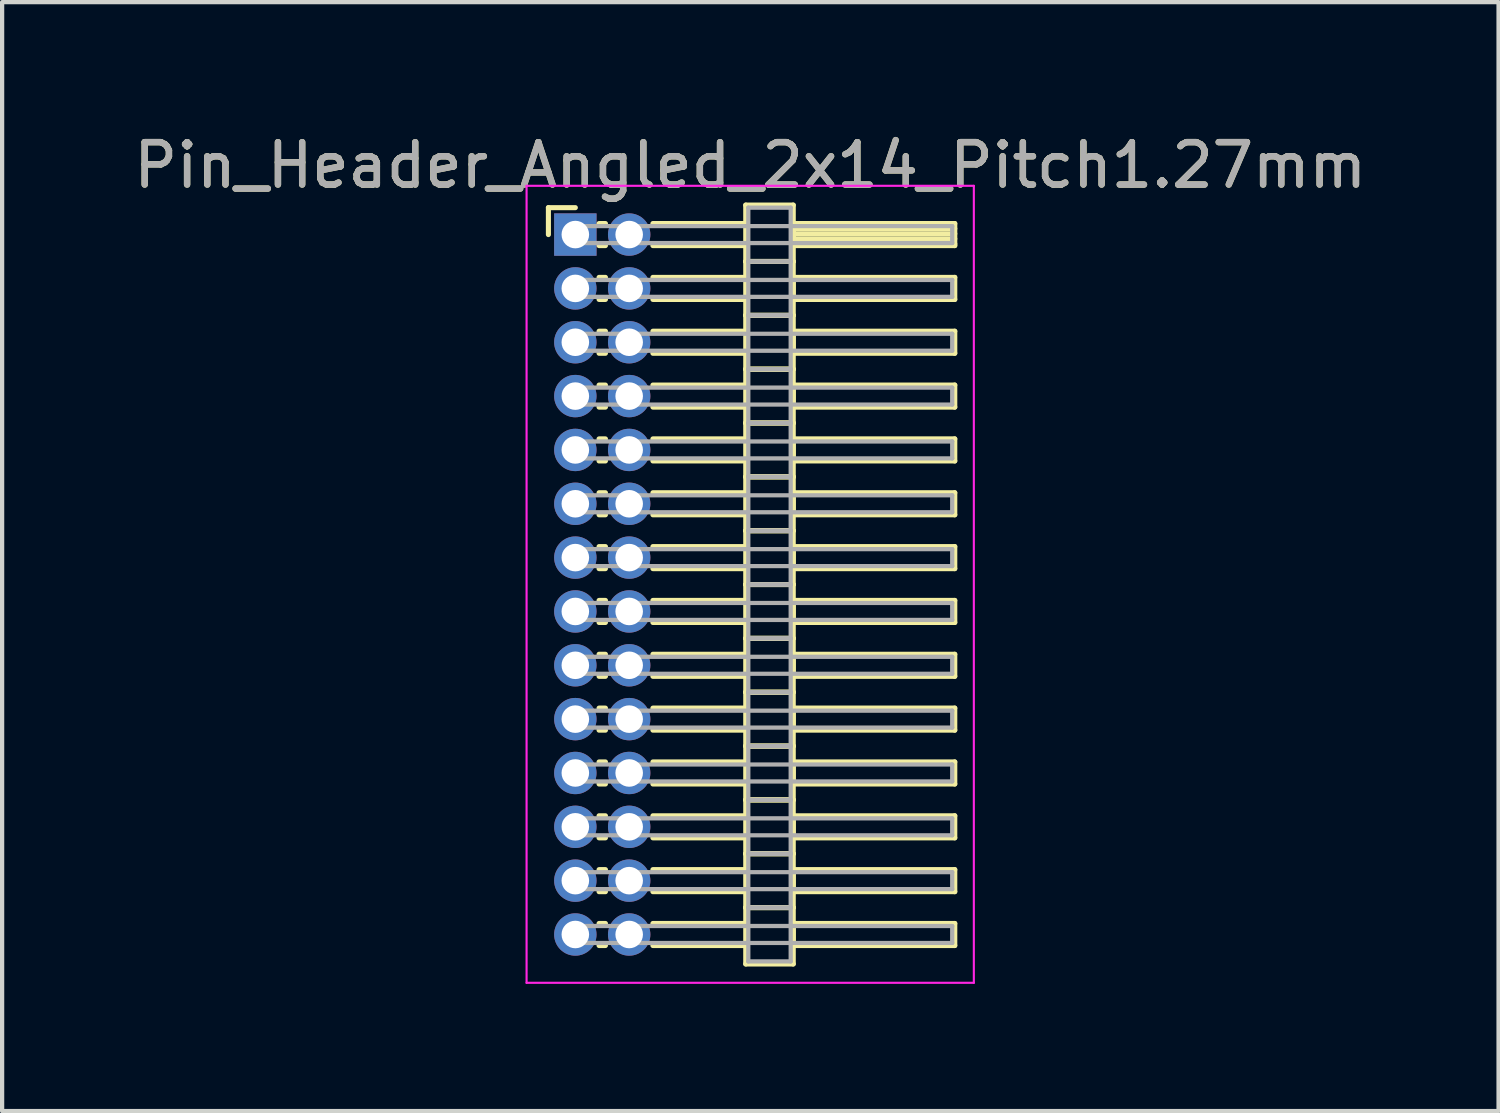
<source format=kicad_pcb>
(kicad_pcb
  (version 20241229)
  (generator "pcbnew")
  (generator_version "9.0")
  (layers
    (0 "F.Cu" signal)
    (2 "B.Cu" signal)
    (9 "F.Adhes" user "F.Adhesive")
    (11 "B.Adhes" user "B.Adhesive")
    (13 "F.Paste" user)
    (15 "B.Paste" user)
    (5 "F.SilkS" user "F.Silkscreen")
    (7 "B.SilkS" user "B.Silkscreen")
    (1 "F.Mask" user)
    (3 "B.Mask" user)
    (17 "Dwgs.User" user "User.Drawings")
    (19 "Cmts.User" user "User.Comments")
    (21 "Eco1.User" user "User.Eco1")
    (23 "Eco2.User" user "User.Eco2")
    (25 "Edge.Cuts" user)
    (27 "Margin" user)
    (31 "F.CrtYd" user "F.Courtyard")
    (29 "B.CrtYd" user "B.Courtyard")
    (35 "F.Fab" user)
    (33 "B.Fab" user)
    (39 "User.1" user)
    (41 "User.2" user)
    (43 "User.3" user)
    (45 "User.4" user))
  (footprint "Pin_Header_Angled_2x14_Pitch1.27mm"
    (layer "F.Cu")
    (at 10.521 2.483)
    (property "Reference" "Pin_Header_Angled_2x14_Pitch1.27mm" (at 4.128 -1.635 0) (layer "F.SilkS") (effects (font (size 1 1) (thickness 0.15))))
    (attr through_hole)
    (fp_line (start -0.635 -0.635) (end 0 -0.635) (stroke (width 0.12) (type solid)) (layer "F.SilkS"))
    (fp_line (start -0.635 0) (end -0.635 -0.635) (stroke (width 0.12) (type solid)) (layer "F.SilkS"))
    (fp_line (start 0.56 -0.26) (end 0.71 -0.26) (stroke (width 0.12) (type solid)) (layer "F.SilkS"))
    (fp_line (start 0.56 0.26) (end 0.71 0.26) (stroke (width 0.12) (type solid)) (layer "F.SilkS"))
    (fp_line (start 0.56 1.01) (end 0.71 1.01) (stroke (width 0.12) (type solid)) (layer "F.SilkS"))
    (fp_line (start 0.56 1.53) (end 0.71 1.53) (stroke (width 0.12) (type solid)) (layer "F.SilkS"))
    (fp_line (start 0.56 2.28) (end 0.71 2.28) (stroke (width 0.12) (type solid)) (layer "F.SilkS"))
    (fp_line (start 0.56 2.8) (end 0.71 2.8) (stroke (width 0.12) (type solid)) (layer "F.SilkS"))
    (fp_line (start 0.56 3.55) (end 0.71 3.55) (stroke (width 0.12) (type solid)) (layer "F.SilkS"))
    (fp_line (start 0.56 4.07) (end 0.71 4.07) (stroke (width 0.12) (type solid)) (layer "F.SilkS"))
    (fp_line (start 0.56 4.82) (end 0.71 4.82) (stroke (width 0.12) (type solid)) (layer "F.SilkS"))
    (fp_line (start 0.56 5.34) (end 0.71 5.34) (stroke (width 0.12) (type solid)) (layer "F.SilkS"))
    (fp_line (start 0.56 6.09) (end 0.71 6.09) (stroke (width 0.12) (type solid)) (layer "F.SilkS"))
    (fp_line (start 0.56 6.61) (end 0.71 6.61) (stroke (width 0.12) (type solid)) (layer "F.SilkS"))
    (fp_line (start 0.56 7.36) (end 0.71 7.36) (stroke (width 0.12) (type solid)) (layer "F.SilkS"))
    (fp_line (start 0.56 7.88) (end 0.71 7.88) (stroke (width 0.12) (type solid)) (layer "F.SilkS"))
    (fp_line (start 0.56 8.63) (end 0.71 8.63) (stroke (width 0.12) (type solid)) (layer "F.SilkS"))
    (fp_line (start 0.56 9.15) (end 0.71 9.15) (stroke (width 0.12) (type solid)) (layer "F.SilkS"))
    (fp_line (start 0.56 9.9) (end 0.71 9.9) (stroke (width 0.12) (type solid)) (layer "F.SilkS"))
    (fp_line (start 0.56 10.42) (end 0.71 10.42) (stroke (width 0.12) (type solid)) (layer "F.SilkS"))
    (fp_line (start 0.56 11.17) (end 0.71 11.17) (stroke (width 0.12) (type solid)) (layer "F.SilkS"))
    (fp_line (start 0.56 11.69) (end 0.71 11.69) (stroke (width 0.12) (type solid)) (layer "F.SilkS"))
    (fp_line (start 0.56 12.44) (end 0.71 12.44) (stroke (width 0.12) (type solid)) (layer "F.SilkS"))
    (fp_line (start 0.56 12.96) (end 0.71 12.96) (stroke (width 0.12) (type solid)) (layer "F.SilkS"))
    (fp_line (start 0.56 13.71) (end 0.71 13.71) (stroke (width 0.12) (type solid)) (layer "F.SilkS"))
    (fp_line (start 0.56 14.23) (end 0.71 14.23) (stroke (width 0.12) (type solid)) (layer "F.SilkS"))
    (fp_line (start 0.56 14.98) (end 0.71 14.98) (stroke (width 0.12) (type solid)) (layer "F.SilkS"))
    (fp_line (start 0.56 15.5) (end 0.71 15.5) (stroke (width 0.12) (type solid)) (layer "F.SilkS"))
    (fp_line (start 0.56 16.25) (end 0.71 16.25) (stroke (width 0.12) (type solid)) (layer "F.SilkS"))
    (fp_line (start 0.56 16.77) (end 0.71 16.77) (stroke (width 0.12) (type solid)) (layer "F.SilkS"))
    (fp_line (start 1.83 -0.26) (end 4.02 -0.26) (stroke (width 0.12) (type solid)) (layer "F.SilkS"))
    (fp_line (start 1.83 0.26) (end 4.02 0.26) (stroke (width 0.12) (type solid)) (layer "F.SilkS"))
    (fp_line (start 1.83 1.01) (end 4.02 1.01) (stroke (width 0.12) (type solid)) (layer "F.SilkS"))
    (fp_line (start 1.83 1.53) (end 4.02 1.53) (stroke (width 0.12) (type solid)) (layer "F.SilkS"))
    (fp_line (start 1.83 2.28) (end 4.02 2.28) (stroke (width 0.12) (type solid)) (layer "F.SilkS"))
    (fp_line (start 1.83 2.8) (end 4.02 2.8) (stroke (width 0.12) (type solid)) (layer "F.SilkS"))
    (fp_line (start 1.83 3.55) (end 4.02 3.55) (stroke (width 0.12) (type solid)) (layer "F.SilkS"))
    (fp_line (start 1.83 4.07) (end 4.02 4.07) (stroke (width 0.12) (type solid)) (layer "F.SilkS"))
    (fp_line (start 1.83 4.82) (end 4.02 4.82) (stroke (width 0.12) (type solid)) (layer "F.SilkS"))
    (fp_line (start 1.83 5.34) (end 4.02 5.34) (stroke (width 0.12) (type solid)) (layer "F.SilkS"))
    (fp_line (start 1.83 6.09) (end 4.02 6.09) (stroke (width 0.12) (type solid)) (layer "F.SilkS"))
    (fp_line (start 1.83 6.61) (end 4.02 6.61) (stroke (width 0.12) (type solid)) (layer "F.SilkS"))
    (fp_line (start 1.83 7.36) (end 4.02 7.36) (stroke (width 0.12) (type solid)) (layer "F.SilkS"))
    (fp_line (start 1.83 7.88) (end 4.02 7.88) (stroke (width 0.12) (type solid)) (layer "F.SilkS"))
    (fp_line (start 1.83 8.63) (end 4.02 8.63) (stroke (width 0.12) (type solid)) (layer "F.SilkS"))
    (fp_line (start 1.83 9.15) (end 4.02 9.15) (stroke (width 0.12) (type solid)) (layer "F.SilkS"))
    (fp_line (start 1.83 9.9) (end 4.02 9.9) (stroke (width 0.12) (type solid)) (layer "F.SilkS"))
    (fp_line (start 1.83 10.42) (end 4.02 10.42) (stroke (width 0.12) (type solid)) (layer "F.SilkS"))
    (fp_line (start 1.83 11.17) (end 4.02 11.17) (stroke (width 0.12) (type solid)) (layer "F.SilkS"))
    (fp_line (start 1.83 11.69) (end 4.02 11.69) (stroke (width 0.12) (type solid)) (layer "F.SilkS"))
    (fp_line (start 1.83 12.44) (end 4.02 12.44) (stroke (width 0.12) (type solid)) (layer "F.SilkS"))
    (fp_line (start 1.83 12.96) (end 4.02 12.96) (stroke (width 0.12) (type solid)) (layer "F.SilkS"))
    (fp_line (start 1.83 13.71) (end 4.02 13.71) (stroke (width 0.12) (type solid)) (layer "F.SilkS"))
    (fp_line (start 1.83 14.23) (end 4.02 14.23) (stroke (width 0.12) (type solid)) (layer "F.SilkS"))
    (fp_line (start 1.83 14.98) (end 4.02 14.98) (stroke (width 0.12) (type solid)) (layer "F.SilkS"))
    (fp_line (start 1.83 15.5) (end 4.02 15.5) (stroke (width 0.12) (type solid)) (layer "F.SilkS"))
    (fp_line (start 1.83 16.25) (end 4.02 16.25) (stroke (width 0.12) (type solid)) (layer "F.SilkS"))
    (fp_line (start 1.83 16.77) (end 4.02 16.77) (stroke (width 0.12) (type solid)) (layer "F.SilkS"))
    (fp_line (start 4.02 -0.695) (end 4.02 0.635) (stroke (width 0.12) (type solid)) (layer "F.SilkS"))
    (fp_line (start 4.02 0.635) (end 4.02 1.905) (stroke (width 0.12) (type solid)) (layer "F.SilkS"))
    (fp_line (start 4.02 0.635) (end 5.14 0.635) (stroke (width 0.12) (type solid)) (layer "F.SilkS"))
    (fp_line (start 4.02 1.905) (end 4.02 3.175) (stroke (width 0.12) (type solid)) (layer "F.SilkS"))
    (fp_line (start 4.02 1.905) (end 5.14 1.905) (stroke (width 0.12) (type solid)) (layer "F.SilkS"))
    (fp_line (start 4.02 3.175) (end 4.02 4.445) (stroke (width 0.12) (type solid)) (layer "F.SilkS"))
    (fp_line (start 4.02 3.175) (end 5.14 3.175) (stroke (width 0.12) (type solid)) (layer "F.SilkS"))
    (fp_line (start 4.02 4.445) (end 4.02 5.715) (stroke (width 0.12) (type solid)) (layer "F.SilkS"))
    (fp_line (start 4.02 4.445) (end 5.14 4.445) (stroke (width 0.12) (type solid)) (layer "F.SilkS"))
    (fp_line (start 4.02 5.715) (end 4.02 6.985) (stroke (width 0.12) (type solid)) (layer "F.SilkS"))
    (fp_line (start 4.02 5.715) (end 5.14 5.715) (stroke (width 0.12) (type solid)) (layer "F.SilkS"))
    (fp_line (start 4.02 6.985) (end 4.02 8.255) (stroke (width 0.12) (type solid)) (layer "F.SilkS"))
    (fp_line (start 4.02 6.985) (end 5.14 6.985) (stroke (width 0.12) (type solid)) (layer "F.SilkS"))
    (fp_line (start 4.02 8.255) (end 4.02 9.525) (stroke (width 0.12) (type solid)) (layer "F.SilkS"))
    (fp_line (start 4.02 8.255) (end 5.14 8.255) (stroke (width 0.12) (type solid)) (layer "F.SilkS"))
    (fp_line (start 4.02 9.525) (end 4.02 10.795) (stroke (width 0.12) (type solid)) (layer "F.SilkS"))
    (fp_line (start 4.02 9.525) (end 5.14 9.525) (stroke (width 0.12) (type solid)) (layer "F.SilkS"))
    (fp_line (start 4.02 10.795) (end 4.02 12.065) (stroke (width 0.12) (type solid)) (layer "F.SilkS"))
    (fp_line (start 4.02 10.795) (end 5.14 10.795) (stroke (width 0.12) (type solid)) (layer "F.SilkS"))
    (fp_line (start 4.02 12.065) (end 4.02 13.335) (stroke (width 0.12) (type solid)) (layer "F.SilkS"))
    (fp_line (start 4.02 12.065) (end 5.14 12.065) (stroke (width 0.12) (type solid)) (layer "F.SilkS"))
    (fp_line (start 4.02 13.335) (end 4.02 14.605) (stroke (width 0.12) (type solid)) (layer "F.SilkS"))
    (fp_line (start 4.02 13.335) (end 5.14 13.335) (stroke (width 0.12) (type solid)) (layer "F.SilkS"))
    (fp_line (start 4.02 14.605) (end 4.02 15.875) (stroke (width 0.12) (type solid)) (layer "F.SilkS"))
    (fp_line (start 4.02 14.605) (end 5.14 14.605) (stroke (width 0.12) (type solid)) (layer "F.SilkS"))
    (fp_line (start 4.02 15.875) (end 4.02 17.205) (stroke (width 0.12) (type solid)) (layer "F.SilkS"))
    (fp_line (start 4.02 15.875) (end 5.14 15.875) (stroke (width 0.12) (type solid)) (layer "F.SilkS"))
    (fp_line (start 4.02 17.205) (end 5.14 17.205) (stroke (width 0.12) (type solid)) (layer "F.SilkS"))
    (fp_line (start 5.14 -0.695) (end 4.02 -0.695) (stroke (width 0.12) (type solid)) (layer "F.SilkS"))
    (fp_line (start 5.14 -0.26) (end 5.14 0.26) (stroke (width 0.12) (type solid)) (layer "F.SilkS"))
    (fp_line (start 5.14 -0.14) (end 8.95 -0.14) (stroke (width 0.12) (type solid)) (layer "F.SilkS"))
    (fp_line (start 5.14 -0.02) (end 8.95 -0.02) (stroke (width 0.12) (type solid)) (layer "F.SilkS"))
    (fp_line (start 5.14 0.1) (end 8.95 0.1) (stroke (width 0.12) (type solid)) (layer "F.SilkS"))
    (fp_line (start 5.14 0.22) (end 8.95 0.22) (stroke (width 0.12) (type solid)) (layer "F.SilkS"))
    (fp_line (start 5.14 0.26) (end 8.95 0.26) (stroke (width 0.12) (type solid)) (layer "F.SilkS"))
    (fp_line (start 5.14 0.635) (end 4.02 0.635) (stroke (width 0.12) (type solid)) (layer "F.SilkS"))
    (fp_line (start 5.14 0.635) (end 5.14 -0.695) (stroke (width 0.12) (type solid)) (layer "F.SilkS"))
    (fp_line (start 5.14 1.01) (end 5.14 1.53) (stroke (width 0.12) (type solid)) (layer "F.SilkS"))
    (fp_line (start 5.14 1.53) (end 8.95 1.53) (stroke (width 0.12) (type solid)) (layer "F.SilkS"))
    (fp_line (start 5.14 1.905) (end 4.02 1.905) (stroke (width 0.12) (type solid)) (layer "F.SilkS"))
    (fp_line (start 5.14 1.905) (end 5.14 0.635) (stroke (width 0.12) (type solid)) (layer "F.SilkS"))
    (fp_line (start 5.14 2.28) (end 5.14 2.8) (stroke (width 0.12) (type solid)) (layer "F.SilkS"))
    (fp_line (start 5.14 2.8) (end 8.95 2.8) (stroke (width 0.12) (type solid)) (layer "F.SilkS"))
    (fp_line (start 5.14 3.175) (end 4.02 3.175) (stroke (width 0.12) (type solid)) (layer "F.SilkS"))
    (fp_line (start 5.14 3.175) (end 5.14 1.905) (stroke (width 0.12) (type solid)) (layer "F.SilkS"))
    (fp_line (start 5.14 3.55) (end 5.14 4.07) (stroke (width 0.12) (type solid)) (layer "F.SilkS"))
    (fp_line (start 5.14 4.07) (end 8.95 4.07) (stroke (width 0.12) (type solid)) (layer "F.SilkS"))
    (fp_line (start 5.14 4.445) (end 4.02 4.445) (stroke (width 0.12) (type solid)) (layer "F.SilkS"))
    (fp_line (start 5.14 4.445) (end 5.14 3.175) (stroke (width 0.12) (type solid)) (layer "F.SilkS"))
    (fp_line (start 5.14 4.82) (end 5.14 5.34) (stroke (width 0.12) (type solid)) (layer "F.SilkS"))
    (fp_line (start 5.14 5.34) (end 8.95 5.34) (stroke (width 0.12) (type solid)) (layer "F.SilkS"))
    (fp_line (start 5.14 5.715) (end 4.02 5.715) (stroke (width 0.12) (type solid)) (layer "F.SilkS"))
    (fp_line (start 5.14 5.715) (end 5.14 4.445) (stroke (width 0.12) (type solid)) (layer "F.SilkS"))
    (fp_line (start 5.14 6.09) (end 5.14 6.61) (stroke (width 0.12) (type solid)) (layer "F.SilkS"))
    (fp_line (start 5.14 6.61) (end 8.95 6.61) (stroke (width 0.12) (type solid)) (layer "F.SilkS"))
    (fp_line (start 5.14 6.985) (end 4.02 6.985) (stroke (width 0.12) (type solid)) (layer "F.SilkS"))
    (fp_line (start 5.14 6.985) (end 5.14 5.715) (stroke (width 0.12) (type solid)) (layer "F.SilkS"))
    (fp_line (start 5.14 7.36) (end 5.14 7.88) (stroke (width 0.12) (type solid)) (layer "F.SilkS"))
    (fp_line (start 5.14 7.88) (end 8.95 7.88) (stroke (width 0.12) (type solid)) (layer "F.SilkS"))
    (fp_line (start 5.14 8.255) (end 4.02 8.255) (stroke (width 0.12) (type solid)) (layer "F.SilkS"))
    (fp_line (start 5.14 8.255) (end 5.14 6.985) (stroke (width 0.12) (type solid)) (layer "F.SilkS"))
    (fp_line (start 5.14 8.63) (end 5.14 9.15) (stroke (width 0.12) (type solid)) (layer "F.SilkS"))
    (fp_line (start 5.14 9.15) (end 8.95 9.15) (stroke (width 0.12) (type solid)) (layer "F.SilkS"))
    (fp_line (start 5.14 9.525) (end 4.02 9.525) (stroke (width 0.12) (type solid)) (layer "F.SilkS"))
    (fp_line (start 5.14 9.525) (end 5.14 8.255) (stroke (width 0.12) (type solid)) (layer "F.SilkS"))
    (fp_line (start 5.14 9.9) (end 5.14 10.42) (stroke (width 0.12) (type solid)) (layer "F.SilkS"))
    (fp_line (start 5.14 10.42) (end 8.95 10.42) (stroke (width 0.12) (type solid)) (layer "F.SilkS"))
    (fp_line (start 5.14 10.795) (end 4.02 10.795) (stroke (width 0.12) (type solid)) (layer "F.SilkS"))
    (fp_line (start 5.14 10.795) (end 5.14 9.525) (stroke (width 0.12) (type solid)) (layer "F.SilkS"))
    (fp_line (start 5.14 11.17) (end 5.14 11.69) (stroke (width 0.12) (type solid)) (layer "F.SilkS"))
    (fp_line (start 5.14 11.69) (end 8.95 11.69) (stroke (width 0.12) (type solid)) (layer "F.SilkS"))
    (fp_line (start 5.14 12.065) (end 4.02 12.065) (stroke (width 0.12) (type solid)) (layer "F.SilkS"))
    (fp_line (start 5.14 12.065) (end 5.14 10.795) (stroke (width 0.12) (type solid)) (layer "F.SilkS"))
    (fp_line (start 5.14 12.44) (end 5.14 12.96) (stroke (width 0.12) (type solid)) (layer "F.SilkS"))
    (fp_line (start 5.14 12.96) (end 8.95 12.96) (stroke (width 0.12) (type solid)) (layer "F.SilkS"))
    (fp_line (start 5.14 13.335) (end 4.02 13.335) (stroke (width 0.12) (type solid)) (layer "F.SilkS"))
    (fp_line (start 5.14 13.335) (end 5.14 12.065) (stroke (width 0.12) (type solid)) (layer "F.SilkS"))
    (fp_line (start 5.14 13.71) (end 5.14 14.23) (stroke (width 0.12) (type solid)) (layer "F.SilkS"))
    (fp_line (start 5.14 14.23) (end 8.95 14.23) (stroke (width 0.12) (type solid)) (layer "F.SilkS"))
    (fp_line (start 5.14 14.605) (end 4.02 14.605) (stroke (width 0.12) (type solid)) (layer "F.SilkS"))
    (fp_line (start 5.14 14.605) (end 5.14 13.335) (stroke (width 0.12) (type solid)) (layer "F.SilkS"))
    (fp_line (start 5.14 14.98) (end 5.14 15.5) (stroke (width 0.12) (type solid)) (layer "F.SilkS"))
    (fp_line (start 5.14 15.5) (end 8.95 15.5) (stroke (width 0.12) (type solid)) (layer "F.SilkS"))
    (fp_line (start 5.14 15.875) (end 4.02 15.875) (stroke (width 0.12) (type solid)) (layer "F.SilkS"))
    (fp_line (start 5.14 15.875) (end 5.14 14.605) (stroke (width 0.12) (type solid)) (layer "F.SilkS"))
    (fp_line (start 5.14 16.25) (end 5.14 16.77) (stroke (width 0.12) (type solid)) (layer "F.SilkS"))
    (fp_line (start 5.14 16.77) (end 8.95 16.77) (stroke (width 0.12) (type solid)) (layer "F.SilkS"))
    (fp_line (start 5.14 17.205) (end 5.14 15.875) (stroke (width 0.12) (type solid)) (layer "F.SilkS"))
    (fp_line (start 8.95 -0.26) (end 5.14 -0.26) (stroke (width 0.12) (type solid)) (layer "F.SilkS"))
    (fp_line (start 8.95 0.26) (end 8.95 -0.26) (stroke (width 0.12) (type solid)) (layer "F.SilkS"))
    (fp_line (start 8.95 1.01) (end 5.14 1.01) (stroke (width 0.12) (type solid)) (layer "F.SilkS"))
    (fp_line (start 8.95 1.53) (end 8.95 1.01) (stroke (width 0.12) (type solid)) (layer "F.SilkS"))
    (fp_line (start 8.95 2.28) (end 5.14 2.28) (stroke (width 0.12) (type solid)) (layer "F.SilkS"))
    (fp_line (start 8.95 2.8) (end 8.95 2.28) (stroke (width 0.12) (type solid)) (layer "F.SilkS"))
    (fp_line (start 8.95 3.55) (end 5.14 3.55) (stroke (width 0.12) (type solid)) (layer "F.SilkS"))
    (fp_line (start 8.95 4.07) (end 8.95 3.55) (stroke (width 0.12) (type solid)) (layer "F.SilkS"))
    (fp_line (start 8.95 4.82) (end 5.14 4.82) (stroke (width 0.12) (type solid)) (layer "F.SilkS"))
    (fp_line (start 8.95 5.34) (end 8.95 4.82) (stroke (width 0.12) (type solid)) (layer "F.SilkS"))
    (fp_line (start 8.95 6.09) (end 5.14 6.09) (stroke (width 0.12) (type solid)) (layer "F.SilkS"))
    (fp_line (start 8.95 6.61) (end 8.95 6.09) (stroke (width 0.12) (type solid)) (layer "F.SilkS"))
    (fp_line (start 8.95 7.36) (end 5.14 7.36) (stroke (width 0.12) (type solid)) (layer "F.SilkS"))
    (fp_line (start 8.95 7.88) (end 8.95 7.36) (stroke (width 0.12) (type solid)) (layer "F.SilkS"))
    (fp_line (start 8.95 8.63) (end 5.14 8.63) (stroke (width 0.12) (type solid)) (layer "F.SilkS"))
    (fp_line (start 8.95 9.15) (end 8.95 8.63) (stroke (width 0.12) (type solid)) (layer "F.SilkS"))
    (fp_line (start 8.95 9.9) (end 5.14 9.9) (stroke (width 0.12) (type solid)) (layer "F.SilkS"))
    (fp_line (start 8.95 10.42) (end 8.95 9.9) (stroke (width 0.12) (type solid)) (layer "F.SilkS"))
    (fp_line (start 8.95 11.17) (end 5.14 11.17) (stroke (width 0.12) (type solid)) (layer "F.SilkS"))
    (fp_line (start 8.95 11.69) (end 8.95 11.17) (stroke (width 0.12) (type solid)) (layer "F.SilkS"))
    (fp_line (start 8.95 12.44) (end 5.14 12.44) (stroke (width 0.12) (type solid)) (layer "F.SilkS"))
    (fp_line (start 8.95 12.96) (end 8.95 12.44) (stroke (width 0.12) (type solid)) (layer "F.SilkS"))
    (fp_line (start 8.95 13.71) (end 5.14 13.71) (stroke (width 0.12) (type solid)) (layer "F.SilkS"))
    (fp_line (start 8.95 14.23) (end 8.95 13.71) (stroke (width 0.12) (type solid)) (layer "F.SilkS"))
    (fp_line (start 8.95 14.98) (end 5.14 14.98) (stroke (width 0.12) (type solid)) (layer "F.SilkS"))
    (fp_line (start 8.95 15.5) (end 8.95 14.98) (stroke (width 0.12) (type solid)) (layer "F.SilkS"))
    (fp_line (start 8.95 16.25) (end 5.14 16.25) (stroke (width 0.12) (type solid)) (layer "F.SilkS"))
    (fp_line (start 8.95 16.77) (end 8.95 16.25) (stroke (width 0.12) (type solid)) (layer "F.SilkS"))
    (fp_line (start -1.15 -1.15) (end -1.15 17.65) (stroke (width 0.05) (type solid)) (layer "F.CrtYd"))
    (fp_line (start -1.15 17.65) (end 9.4 17.65) (stroke (width 0.05) (type solid)) (layer "F.CrtYd"))
    (fp_line (start 9.4 -1.15) (end -1.15 -1.15) (stroke (width 0.05) (type solid)) (layer "F.CrtYd"))
    (fp_line (start 9.4 17.65) (end 9.4 -1.15) (stroke (width 0.05) (type solid)) (layer "F.CrtYd"))
    (fp_line (start 0 -0.2) (end 0 0.2) (stroke (width 0.1) (type solid)) (layer "F.Fab"))
    (fp_line (start 0 0.2) (end 8.89 0.2) (stroke (width 0.1) (type solid)) (layer "F.Fab"))
    (fp_line (start 0 1.07) (end 0 1.47) (stroke (width 0.1) (type solid)) (layer "F.Fab"))
    (fp_line (start 0 1.47) (end 8.89 1.47) (stroke (width 0.1) (type solid)) (layer "F.Fab"))
    (fp_line (start 0 2.34) (end 0 2.74) (stroke (width 0.1) (type solid)) (layer "F.Fab"))
    (fp_line (start 0 2.74) (end 8.89 2.74) (stroke (width 0.1) (type solid)) (layer "F.Fab"))
    (fp_line (start 0 3.61) (end 0 4.01) (stroke (width 0.1) (type solid)) (layer "F.Fab"))
    (fp_line (start 0 4.01) (end 8.89 4.01) (stroke (width 0.1) (type solid)) (layer "F.Fab"))
    (fp_line (start 0 4.88) (end 0 5.28) (stroke (width 0.1) (type solid)) (layer "F.Fab"))
    (fp_line (start 0 5.28) (end 8.89 5.28) (stroke (width 0.1) (type solid)) (layer "F.Fab"))
    (fp_line (start 0 6.15) (end 0 6.55) (stroke (width 0.1) (type solid)) (layer "F.Fab"))
    (fp_line (start 0 6.55) (end 8.89 6.55) (stroke (width 0.1) (type solid)) (layer "F.Fab"))
    (fp_line (start 0 7.42) (end 0 7.82) (stroke (width 0.1) (type solid)) (layer "F.Fab"))
    (fp_line (start 0 7.82) (end 8.89 7.82) (stroke (width 0.1) (type solid)) (layer "F.Fab"))
    (fp_line (start 0 8.69) (end 0 9.09) (stroke (width 0.1) (type solid)) (layer "F.Fab"))
    (fp_line (start 0 9.09) (end 8.89 9.09) (stroke (width 0.1) (type solid)) (layer "F.Fab"))
    (fp_line (start 0 9.96) (end 0 10.36) (stroke (width 0.1) (type solid)) (layer "F.Fab"))
    (fp_line (start 0 10.36) (end 8.89 10.36) (stroke (width 0.1) (type solid)) (layer "F.Fab"))
    (fp_line (start 0 11.23) (end 0 11.63) (stroke (width 0.1) (type solid)) (layer "F.Fab"))
    (fp_line (start 0 11.63) (end 8.89 11.63) (stroke (width 0.1) (type solid)) (layer "F.Fab"))
    (fp_line (start 0 12.5) (end 0 12.9) (stroke (width 0.1) (type solid)) (layer "F.Fab"))
    (fp_line (start 0 12.9) (end 8.89 12.9) (stroke (width 0.1) (type solid)) (layer "F.Fab"))
    (fp_line (start 0 13.77) (end 0 14.17) (stroke (width 0.1) (type solid)) (layer "F.Fab"))
    (fp_line (start 0 14.17) (end 8.89 14.17) (stroke (width 0.1) (type solid)) (layer "F.Fab"))
    (fp_line (start 0 15.04) (end 0 15.44) (stroke (width 0.1) (type solid)) (layer "F.Fab"))
    (fp_line (start 0 15.44) (end 8.89 15.44) (stroke (width 0.1) (type solid)) (layer "F.Fab"))
    (fp_line (start 0 16.31) (end 0 16.71) (stroke (width 0.1) (type solid)) (layer "F.Fab"))
    (fp_line (start 0 16.71) (end 8.89 16.71) (stroke (width 0.1) (type solid)) (layer "F.Fab"))
    (fp_line (start 4.08 -0.635) (end 4.08 0.635) (stroke (width 0.1) (type solid)) (layer "F.Fab"))
    (fp_line (start 4.08 0.635) (end 4.08 1.905) (stroke (width 0.1) (type solid)) (layer "F.Fab"))
    (fp_line (start 4.08 0.635) (end 5.08 0.635) (stroke (width 0.1) (type solid)) (layer "F.Fab"))
    (fp_line (start 4.08 1.905) (end 4.08 3.175) (stroke (width 0.1) (type solid)) (layer "F.Fab"))
    (fp_line (start 4.08 1.905) (end 5.08 1.905) (stroke (width 0.1) (type solid)) (layer "F.Fab"))
    (fp_line (start 4.08 3.175) (end 4.08 4.445) (stroke (width 0.1) (type solid)) (layer "F.Fab"))
    (fp_line (start 4.08 3.175) (end 5.08 3.175) (stroke (width 0.1) (type solid)) (layer "F.Fab"))
    (fp_line (start 4.08 4.445) (end 4.08 5.715) (stroke (width 0.1) (type solid)) (layer "F.Fab"))
    (fp_line (start 4.08 4.445) (end 5.08 4.445) (stroke (width 0.1) (type solid)) (layer "F.Fab"))
    (fp_line (start 4.08 5.715) (end 4.08 6.985) (stroke (width 0.1) (type solid)) (layer "F.Fab"))
    (fp_line (start 4.08 5.715) (end 5.08 5.715) (stroke (width 0.1) (type solid)) (layer "F.Fab"))
    (fp_line (start 4.08 6.985) (end 4.08 8.255) (stroke (width 0.1) (type solid)) (layer "F.Fab"))
    (fp_line (start 4.08 6.985) (end 5.08 6.985) (stroke (width 0.1) (type solid)) (layer "F.Fab"))
    (fp_line (start 4.08 8.255) (end 4.08 9.525) (stroke (width 0.1) (type solid)) (layer "F.Fab"))
    (fp_line (start 4.08 8.255) (end 5.08 8.255) (stroke (width 0.1) (type solid)) (layer "F.Fab"))
    (fp_line (start 4.08 9.525) (end 4.08 10.795) (stroke (width 0.1) (type solid)) (layer "F.Fab"))
    (fp_line (start 4.08 9.525) (end 5.08 9.525) (stroke (width 0.1) (type solid)) (layer "F.Fab"))
    (fp_line (start 4.08 10.795) (end 4.08 12.065) (stroke (width 0.1) (type solid)) (layer "F.Fab"))
    (fp_line (start 4.08 10.795) (end 5.08 10.795) (stroke (width 0.1) (type solid)) (layer "F.Fab"))
    (fp_line (start 4.08 12.065) (end 4.08 13.335) (stroke (width 0.1) (type solid)) (layer "F.Fab"))
    (fp_line (start 4.08 12.065) (end 5.08 12.065) (stroke (width 0.1) (type solid)) (layer "F.Fab"))
    (fp_line (start 4.08 13.335) (end 4.08 14.605) (stroke (width 0.1) (type solid)) (layer "F.Fab"))
    (fp_line (start 4.08 13.335) (end 5.08 13.335) (stroke (width 0.1) (type solid)) (layer "F.Fab"))
    (fp_line (start 4.08 14.605) (end 4.08 15.875) (stroke (width 0.1) (type solid)) (layer "F.Fab"))
    (fp_line (start 4.08 14.605) (end 5.08 14.605) (stroke (width 0.1) (type solid)) (layer "F.Fab"))
    (fp_line (start 4.08 15.875) (end 4.08 17.145) (stroke (width 0.1) (type solid)) (layer "F.Fab"))
    (fp_line (start 4.08 15.875) (end 5.08 15.875) (stroke (width 0.1) (type solid)) (layer "F.Fab"))
    (fp_line (start 4.08 17.145) (end 5.08 17.145) (stroke (width 0.1) (type solid)) (layer "F.Fab"))
    (fp_line (start 5.08 -0.635) (end 4.08 -0.635) (stroke (width 0.1) (type solid)) (layer "F.Fab"))
    (fp_line (start 5.08 0.635) (end 4.08 0.635) (stroke (width 0.1) (type solid)) (layer "F.Fab"))
    (fp_line (start 5.08 0.635) (end 5.08 -0.635) (stroke (width 0.1) (type solid)) (layer "F.Fab"))
    (fp_line (start 5.08 1.905) (end 4.08 1.905) (stroke (width 0.1) (type solid)) (layer "F.Fab"))
    (fp_line (start 5.08 1.905) (end 5.08 0.635) (stroke (width 0.1) (type solid)) (layer "F.Fab"))
    (fp_line (start 5.08 3.175) (end 4.08 3.175) (stroke (width 0.1) (type solid)) (layer "F.Fab"))
    (fp_line (start 5.08 3.175) (end 5.08 1.905) (stroke (width 0.1) (type solid)) (layer "F.Fab"))
    (fp_line (start 5.08 4.445) (end 4.08 4.445) (stroke (width 0.1) (type solid)) (layer "F.Fab"))
    (fp_line (start 5.08 4.445) (end 5.08 3.175) (stroke (width 0.1) (type solid)) (layer "F.Fab"))
    (fp_line (start 5.08 5.715) (end 4.08 5.715) (stroke (width 0.1) (type solid)) (layer "F.Fab"))
    (fp_line (start 5.08 5.715) (end 5.08 4.445) (stroke (width 0.1) (type solid)) (layer "F.Fab"))
    (fp_line (start 5.08 6.985) (end 4.08 6.985) (stroke (width 0.1) (type solid)) (layer "F.Fab"))
    (fp_line (start 5.08 6.985) (end 5.08 5.715) (stroke (width 0.1) (type solid)) (layer "F.Fab"))
    (fp_line (start 5.08 8.255) (end 4.08 8.255) (stroke (width 0.1) (type solid)) (layer "F.Fab"))
    (fp_line (start 5.08 8.255) (end 5.08 6.985) (stroke (width 0.1) (type solid)) (layer "F.Fab"))
    (fp_line (start 5.08 9.525) (end 4.08 9.525) (stroke (width 0.1) (type solid)) (layer "F.Fab"))
    (fp_line (start 5.08 9.525) (end 5.08 8.255) (stroke (width 0.1) (type solid)) (layer "F.Fab"))
    (fp_line (start 5.08 10.795) (end 4.08 10.795) (stroke (width 0.1) (type solid)) (layer "F.Fab"))
    (fp_line (start 5.08 10.795) (end 5.08 9.525) (stroke (width 0.1) (type solid)) (layer "F.Fab"))
    (fp_line (start 5.08 12.065) (end 4.08 12.065) (stroke (width 0.1) (type solid)) (layer "F.Fab"))
    (fp_line (start 5.08 12.065) (end 5.08 10.795) (stroke (width 0.1) (type solid)) (layer "F.Fab"))
    (fp_line (start 5.08 13.335) (end 4.08 13.335) (stroke (width 0.1) (type solid)) (layer "F.Fab"))
    (fp_line (start 5.08 13.335) (end 5.08 12.065) (stroke (width 0.1) (type solid)) (layer "F.Fab"))
    (fp_line (start 5.08 14.605) (end 4.08 14.605) (stroke (width 0.1) (type solid)) (layer "F.Fab"))
    (fp_line (start 5.08 14.605) (end 5.08 13.335) (stroke (width 0.1) (type solid)) (layer "F.Fab"))
    (fp_line (start 5.08 15.875) (end 4.08 15.875) (stroke (width 0.1) (type solid)) (layer "F.Fab"))
    (fp_line (start 5.08 15.875) (end 5.08 14.605) (stroke (width 0.1) (type solid)) (layer "F.Fab"))
    (fp_line (start 5.08 17.145) (end 5.08 15.875) (stroke (width 0.1) (type solid)) (layer "F.Fab"))
    (fp_line (start 8.89 -0.2) (end 0 -0.2) (stroke (width 0.1) (type solid)) (layer "F.Fab"))
    (fp_line (start 8.89 0.2) (end 8.89 -0.2) (stroke (width 0.1) (type solid)) (layer "F.Fab"))
    (fp_line (start 8.89 1.07) (end 0 1.07) (stroke (width 0.1) (type solid)) (layer "F.Fab"))
    (fp_line (start 8.89 1.47) (end 8.89 1.07) (stroke (width 0.1) (type solid)) (layer "F.Fab"))
    (fp_line (start 8.89 2.34) (end 0 2.34) (stroke (width 0.1) (type solid)) (layer "F.Fab"))
    (fp_line (start 8.89 2.74) (end 8.89 2.34) (stroke (width 0.1) (type solid)) (layer "F.Fab"))
    (fp_line (start 8.89 3.61) (end 0 3.61) (stroke (width 0.1) (type solid)) (layer "F.Fab"))
    (fp_line (start 8.89 4.01) (end 8.89 3.61) (stroke (width 0.1) (type solid)) (layer "F.Fab"))
    (fp_line (start 8.89 4.88) (end 0 4.88) (stroke (width 0.1) (type solid)) (layer "F.Fab"))
    (fp_line (start 8.89 5.28) (end 8.89 4.88) (stroke (width 0.1) (type solid)) (layer "F.Fab"))
    (fp_line (start 8.89 6.15) (end 0 6.15) (stroke (width 0.1) (type solid)) (layer "F.Fab"))
    (fp_line (start 8.89 6.55) (end 8.89 6.15) (stroke (width 0.1) (type solid)) (layer "F.Fab"))
    (fp_line (start 8.89 7.42) (end 0 7.42) (stroke (width 0.1) (type solid)) (layer "F.Fab"))
    (fp_line (start 8.89 7.82) (end 8.89 7.42) (stroke (width 0.1) (type solid)) (layer "F.Fab"))
    (fp_line (start 8.89 8.69) (end 0 8.69) (stroke (width 0.1) (type solid)) (layer "F.Fab"))
    (fp_line (start 8.89 9.09) (end 8.89 8.69) (stroke (width 0.1) (type solid)) (layer "F.Fab"))
    (fp_line (start 8.89 9.96) (end 0 9.96) (stroke (width 0.1) (type solid)) (layer "F.Fab"))
    (fp_line (start 8.89 10.36) (end 8.89 9.96) (stroke (width 0.1) (type solid)) (layer "F.Fab"))
    (fp_line (start 8.89 11.23) (end 0 11.23) (stroke (width 0.1) (type solid)) (layer "F.Fab"))
    (fp_line (start 8.89 11.63) (end 8.89 11.23) (stroke (width 0.1) (type solid)) (layer "F.Fab"))
    (fp_line (start 8.89 12.5) (end 0 12.5) (stroke (width 0.1) (type solid)) (layer "F.Fab"))
    (fp_line (start 8.89 12.9) (end 8.89 12.5) (stroke (width 0.1) (type solid)) (layer "F.Fab"))
    (fp_line (start 8.89 13.77) (end 0 13.77) (stroke (width 0.1) (type solid)) (layer "F.Fab"))
    (fp_line (start 8.89 14.17) (end 8.89 13.77) (stroke (width 0.1) (type solid)) (layer "F.Fab"))
    (fp_line (start 8.89 15.04) (end 0 15.04) (stroke (width 0.1) (type solid)) (layer "F.Fab"))
    (fp_line (start 8.89 15.44) (end 8.89 15.04) (stroke (width 0.1) (type solid)) (layer "F.Fab"))
    (fp_line (start 8.89 16.31) (end 0 16.31) (stroke (width 0.1) (type solid)) (layer "F.Fab"))
    (fp_line (start 8.89 16.71) (end 8.89 16.31) (stroke (width 0.1) (type solid)) (layer "F.Fab"))
    (fp_text user "${REFERENCE}" (at 4.128 -1.635 0) (layer "F.Fab") (effects (font (size 1 1) (thickness 0.15))))
    (pad "1" thru_hole rect (at 0 0) (size 1 1) (drill 0.65) (layers "*.Cu" "*.Mask"))
    (pad "2" thru_hole oval (at 1.27 0) (size 1 1) (drill 0.65) (layers "*.Cu" "*.Mask"))
    (pad "3" thru_hole oval (at 0 1.27) (size 1 1) (drill 0.65) (layers "*.Cu" "*.Mask"))
    (pad "4" thru_hole oval (at 1.27 1.27) (size 1 1) (drill 0.65) (layers "*.Cu" "*.Mask"))
    (pad "5" thru_hole oval (at 0 2.54) (size 1 1) (drill 0.65) (layers "*.Cu" "*.Mask"))
    (pad "6" thru_hole oval (at 1.27 2.54) (size 1 1) (drill 0.65) (layers "*.Cu" "*.Mask"))
    (pad "7" thru_hole oval (at 0 3.81) (size 1 1) (drill 0.65) (layers "*.Cu" "*.Mask"))
    (pad "8" thru_hole oval (at 1.27 3.81) (size 1 1) (drill 0.65) (layers "*.Cu" "*.Mask"))
    (pad "9" thru_hole oval (at 0 5.08) (size 1 1) (drill 0.65) (layers "*.Cu" "*.Mask"))
    (pad "10" thru_hole oval (at 1.27 5.08) (size 1 1) (drill 0.65) (layers "*.Cu" "*.Mask"))
    (pad "11" thru_hole oval (at 0 6.35) (size 1 1) (drill 0.65) (layers "*.Cu" "*.Mask"))
    (pad "12" thru_hole oval (at 1.27 6.35) (size 1 1) (drill 0.65) (layers "*.Cu" "*.Mask"))
    (pad "13" thru_hole oval (at 0 7.62) (size 1 1) (drill 0.65) (layers "*.Cu" "*.Mask"))
    (pad "14" thru_hole oval (at 1.27 7.62) (size 1 1) (drill 0.65) (layers "*.Cu" "*.Mask"))
    (pad "15" thru_hole oval (at 0 8.89) (size 1 1) (drill 0.65) (layers "*.Cu" "*.Mask"))
    (pad "16" thru_hole oval (at 1.27 8.89) (size 1 1) (drill 0.65) (layers "*.Cu" "*.Mask"))
    (pad "17" thru_hole oval (at 0 10.16) (size 1 1) (drill 0.65) (layers "*.Cu" "*.Mask"))
    (pad "18" thru_hole oval (at 1.27 10.16) (size 1 1) (drill 0.65) (layers "*.Cu" "*.Mask"))
    (pad "19" thru_hole oval (at 0 11.43) (size 1 1) (drill 0.65) (layers "*.Cu" "*.Mask"))
    (pad "20" thru_hole oval (at 1.27 11.43) (size 1 1) (drill 0.65) (layers "*.Cu" "*.Mask"))
    (pad "21" thru_hole oval (at 0 12.7) (size 1 1) (drill 0.65) (layers "*.Cu" "*.Mask"))
    (pad "22" thru_hole oval (at 1.27 12.7) (size 1 1) (drill 0.65) (layers "*.Cu" "*.Mask"))
    (pad "23" thru_hole oval (at 0 13.97) (size 1 1) (drill 0.65) (layers "*.Cu" "*.Mask"))
    (pad "24" thru_hole oval (at 1.27 13.97) (size 1 1) (drill 0.65) (layers "*.Cu" "*.Mask"))
    (pad "25" thru_hole oval (at 0 15.24) (size 1 1) (drill 0.65) (layers "*.Cu" "*.Mask"))
    (pad "26" thru_hole oval (at 1.27 15.24) (size 1 1) (drill 0.65) (layers "*.Cu" "*.Mask"))
    (pad "27" thru_hole oval (at 0 16.51) (size 1 1) (drill 0.65) (layers "*.Cu" "*.Mask"))
    (pad "28" thru_hole oval (at 1.27 16.51) (size 1 1) (drill 0.65) (layers "*.Cu" "*.Mask")))
  (gr_rect
    (start -3 -3)
    (end 32.298 23.158)
    (stroke (width 0.1) (type default))
    (fill no)
    (layer "Edge.Cuts")))
</source>
